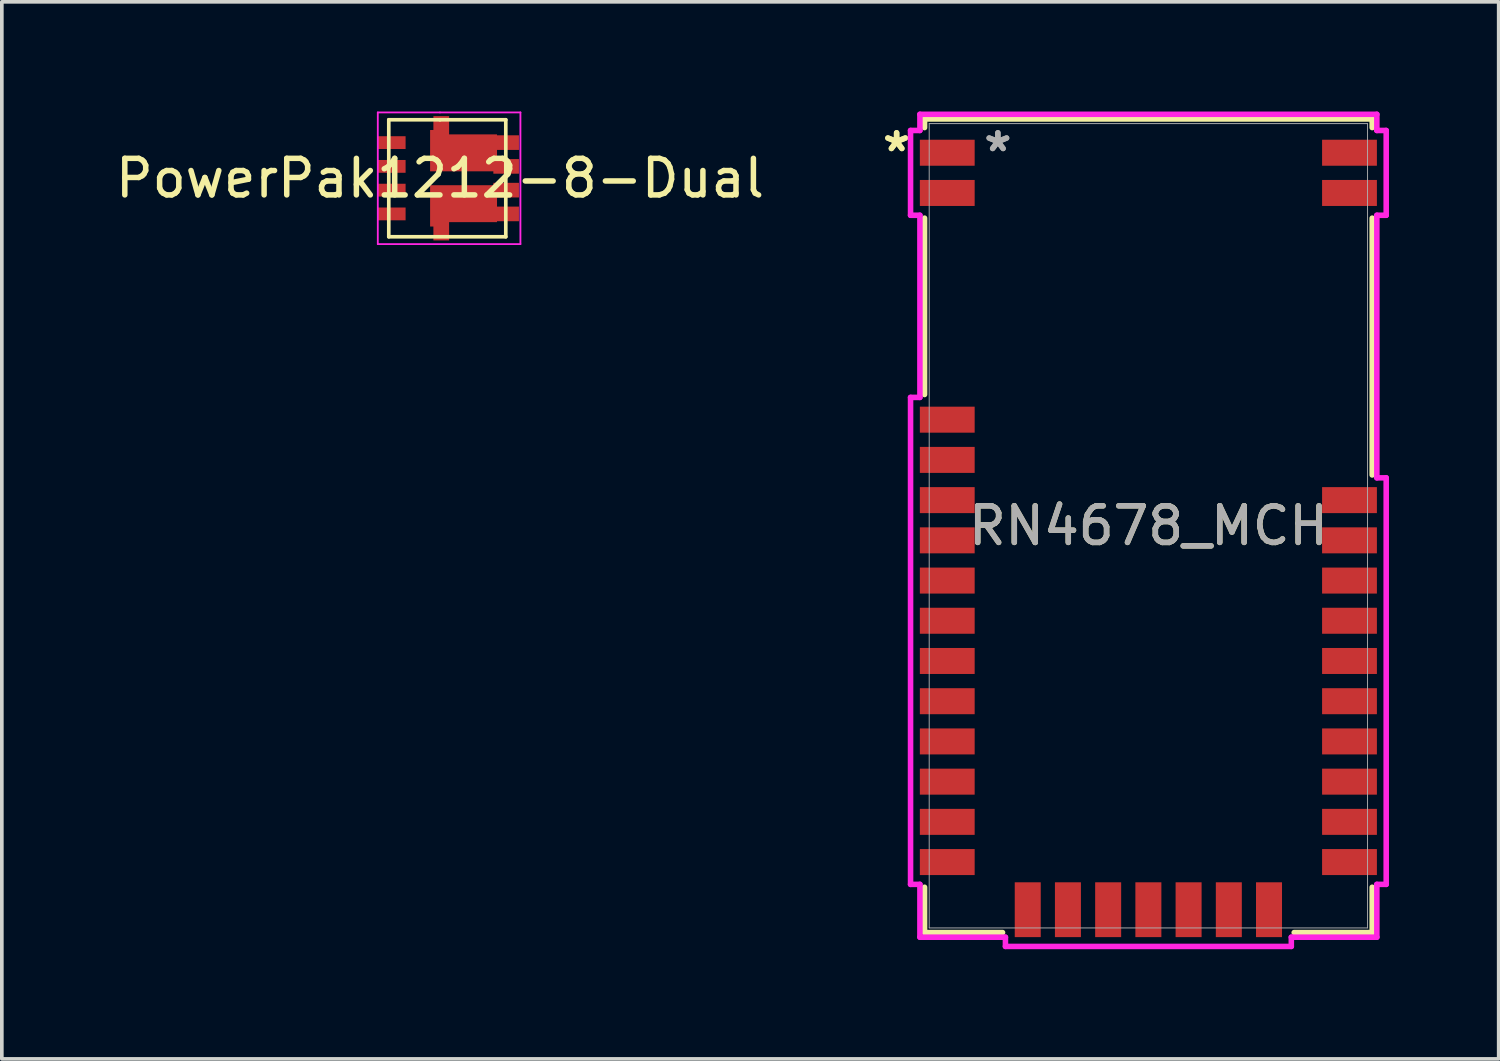
<source format=kicad_pcb>
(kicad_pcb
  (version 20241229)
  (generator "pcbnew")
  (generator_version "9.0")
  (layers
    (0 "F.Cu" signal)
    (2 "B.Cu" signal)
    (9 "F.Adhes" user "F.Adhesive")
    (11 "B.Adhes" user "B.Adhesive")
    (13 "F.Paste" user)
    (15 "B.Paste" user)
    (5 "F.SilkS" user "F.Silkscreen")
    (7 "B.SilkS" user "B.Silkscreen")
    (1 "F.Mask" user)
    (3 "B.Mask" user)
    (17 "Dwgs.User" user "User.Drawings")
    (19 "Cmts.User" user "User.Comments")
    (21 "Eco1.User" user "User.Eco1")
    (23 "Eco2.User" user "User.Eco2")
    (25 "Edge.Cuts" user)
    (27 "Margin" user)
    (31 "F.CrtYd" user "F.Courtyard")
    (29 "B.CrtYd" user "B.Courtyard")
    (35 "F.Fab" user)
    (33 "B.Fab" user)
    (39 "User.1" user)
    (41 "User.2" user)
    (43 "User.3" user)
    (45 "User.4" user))
  (footprint "RN4678_MCH"
    (layer "F.Cu")
    (at 28.355 11.328)
    (property "Reference" "RN4678_MCH" (at 0 0 0) (unlocked yes) (layer "F.SilkS") (effects (font (size 1 1) (thickness 0.15))))
    (attr smd)
    (fp_line (start -6.121 -11.125) (end 6.121 -11.125) (stroke (width 0.152) (type solid)) (layer "F.SilkS"))
    (fp_line (start -6.121 -10.889) (end -6.121 -11.125) (stroke (width 0.152) (type solid)) (layer "F.SilkS"))
    (fp_line (start -6.121 -3.589) (end -6.121 -8.412) (stroke (width 0.152) (type solid)) (layer "F.SilkS"))
    (fp_line (start -6.121 11.125) (end -6.121 9.886) (stroke (width 0.152) (type solid)) (layer "F.SilkS"))
    (fp_line (start -3.988 11.125) (end -6.121 11.125) (stroke (width 0.152) (type solid)) (layer "F.SilkS"))
    (fp_line (start 6.121 -11.125) (end 6.121 -10.889) (stroke (width 0.152) (type solid)) (layer "F.SilkS"))
    (fp_line (start 6.121 -8.412) (end 6.121 -1.389) (stroke (width 0.152) (type solid)) (layer "F.SilkS"))
    (fp_line (start 6.121 9.886) (end 6.121 11.125) (stroke (width 0.152) (type solid)) (layer "F.SilkS"))
    (fp_line (start 6.121 11.125) (end 3.988 11.125) (stroke (width 0.152) (type solid)) (layer "F.SilkS"))
    (fp_poly (pts (xy -5.994 -10.998) (xy -5.994 -10.556) (xy -4.751 -10.556) (xy -4.751 -9.845) (xy -5.994 -9.845) (xy -5.994 -9.456) (xy -4.751 -9.456) (xy -4.751 -8.745) (xy -5.994 -8.745) (xy -5.994 -7.003) (xy 3.198 -7.003) (xy 3.198 -4.996) (xy 5.204 -4.996) (xy 5.204 -7.003) (xy 5.994 -7.003) (xy 5.994 -8.745) (xy 4.751 -8.745) (xy 4.751 -9.456) (xy 5.994 -9.456) (xy 5.994 -9.845) (xy 4.751 -9.845) (xy 4.751 -10.556) (xy 5.994 -10.556) (xy 5.994 -10.998)) (stroke (width 0.1) (type solid)) (fill no) (layer "Eco2.User"))
    (fp_line (start -6.504 -10.81) (end -6.504 -8.491) (stroke (width 0.152) (type solid)) (layer "F.CrtYd"))
    (fp_line (start -6.504 -8.491) (end -6.248 -8.491) (stroke (width 0.152) (type solid)) (layer "F.CrtYd"))
    (fp_line (start -6.504 -3.51) (end -6.504 9.807) (stroke (width 0.152) (type solid)) (layer "F.CrtYd"))
    (fp_line (start -6.504 9.807) (end -6.248 9.807) (stroke (width 0.152) (type solid)) (layer "F.CrtYd"))
    (fp_line (start -6.248 -11.252) (end -6.248 -10.81) (stroke (width 0.152) (type solid)) (layer "F.CrtYd"))
    (fp_line (start -6.248 -10.81) (end -6.504 -10.81) (stroke (width 0.152) (type solid)) (layer "F.CrtYd"))
    (fp_line (start -6.248 -8.491) (end -6.248 -3.51) (stroke (width 0.152) (type solid)) (layer "F.CrtYd"))
    (fp_line (start -6.248 -3.51) (end -6.504 -3.51) (stroke (width 0.152) (type solid)) (layer "F.CrtYd"))
    (fp_line (start -6.248 9.807) (end -6.248 11.252) (stroke (width 0.152) (type solid)) (layer "F.CrtYd"))
    (fp_line (start -6.248 11.252) (end -3.909 11.252) (stroke (width 0.152) (type solid)) (layer "F.CrtYd"))
    (fp_line (start -3.909 11.252) (end -3.909 11.504) (stroke (width 0.152) (type solid)) (layer "F.CrtYd"))
    (fp_line (start -3.909 11.504) (end 3.909 11.504) (stroke (width 0.152) (type solid)) (layer "F.CrtYd"))
    (fp_line (start 3.909 11.252) (end 6.248 11.252) (stroke (width 0.152) (type solid)) (layer "F.CrtYd"))
    (fp_line (start 3.909 11.504) (end 3.909 11.252) (stroke (width 0.152) (type solid)) (layer "F.CrtYd"))
    (fp_line (start 6.248 -11.252) (end -6.248 -11.252) (stroke (width 0.152) (type solid)) (layer "F.CrtYd"))
    (fp_line (start 6.248 -10.81) (end 6.248 -11.252) (stroke (width 0.152) (type solid)) (layer "F.CrtYd"))
    (fp_line (start 6.248 -8.491) (end 6.504 -8.491) (stroke (width 0.152) (type solid)) (layer "F.CrtYd"))
    (fp_line (start 6.248 -1.311) (end 6.248 -8.491) (stroke (width 0.152) (type solid)) (layer "F.CrtYd"))
    (fp_line (start 6.248 9.807) (end 6.504 9.807) (stroke (width 0.152) (type solid)) (layer "F.CrtYd"))
    (fp_line (start 6.248 11.252) (end 6.248 9.807) (stroke (width 0.152) (type solid)) (layer "F.CrtYd"))
    (fp_line (start 6.504 -10.81) (end 6.248 -10.81) (stroke (width 0.152) (type solid)) (layer "F.CrtYd"))
    (fp_line (start 6.504 -8.491) (end 6.504 -10.81) (stroke (width 0.152) (type solid)) (layer "F.CrtYd"))
    (fp_line (start 6.504 -1.311) (end 6.248 -1.311) (stroke (width 0.152) (type solid)) (layer "F.CrtYd"))
    (fp_line (start 6.504 9.807) (end 6.504 -1.311) (stroke (width 0.152) (type solid)) (layer "F.CrtYd"))
    (fp_line (start -5.994 -10.998) (end -5.994 10.998) (stroke (width 0.025) (type solid)) (layer "F.Fab"))
    (fp_line (start -5.994 10.998) (end 5.994 10.998) (stroke (width 0.025) (type solid)) (layer "F.Fab"))
    (fp_line (start 5.994 -10.998) (end -5.994 -10.998) (stroke (width 0.025) (type solid)) (layer "F.Fab"))
    (fp_line (start 5.994 10.998) (end 5.994 -10.998) (stroke (width 0.025) (type solid)) (layer "F.Fab"))
    (fp_text user "*" (at -6.885 -10.201 0) (unlocked yes) (layer "F.SilkS") (effects (font (size 1 1) (thickness 0.15))))
    (fp_text user "*" (at -6.885 -10.201 0) (layer "F.SilkS") (effects (font (size 1 1) (thickness 0.15))))
    (fp_text user "*" (at -4.116 -10.201 0) (layer "F.Fab") (effects (font (size 1 1) (thickness 0.15))))
    (fp_text user "${REFERENCE}" (at 0 0 0) (unlocked yes) (layer "F.Fab") (effects (font (size 1 1) (thickness 0.15))))
    (fp_text user "*" (at -4.116 -10.201 0) (unlocked yes) (layer "F.Fab") (effects (font (size 1 1) (thickness 0.15))))
    (pad "1" smd rect (at -5.5 -10.201) (size 1.499 0.711) (layers "F.Cu" "F.Mask" "F.Paste"))
    (pad "2" smd rect (at -5.5 -9.101) (size 1.499 0.711) (layers "F.Cu" "F.Mask" "F.Paste"))
    (pad "3" smd rect (at -5.5 -2.901) (size 1.499 0.711) (layers "F.Cu" "F.Mask" "F.Paste"))
    (pad "4" smd rect (at -5.5 -1.801) (size 1.499 0.711) (layers "F.Cu" "F.Mask" "F.Paste"))
    (pad "5" smd rect (at -5.5 -0.701) (size 1.499 0.711) (layers "F.Cu" "F.Mask" "F.Paste"))
    (pad "6" smd rect (at -5.5 0.399) (size 1.499 0.711) (layers "F.Cu" "F.Mask" "F.Paste"))
    (pad "7" smd rect (at -5.5 1.499) (size 1.499 0.711) (layers "F.Cu" "F.Mask" "F.Paste"))
    (pad "8" smd rect (at -5.5 2.598) (size 1.499 0.711) (layers "F.Cu" "F.Mask" "F.Paste"))
    (pad "9" smd rect (at -5.5 3.698) (size 1.499 0.711) (layers "F.Cu" "F.Mask" "F.Paste"))
    (pad "10" smd rect (at -5.5 4.798) (size 1.499 0.711) (layers "F.Cu" "F.Mask" "F.Paste"))
    (pad "11" smd rect (at -5.5 5.898) (size 1.499 0.711) (layers "F.Cu" "F.Mask" "F.Paste"))
    (pad "12" smd rect (at -5.5 6.998) (size 1.499 0.711) (layers "F.Cu" "F.Mask" "F.Paste"))
    (pad "13" smd rect (at -5.5 8.098) (size 1.499 0.711) (layers "F.Cu" "F.Mask" "F.Paste"))
    (pad "14" smd rect (at -5.5 9.197) (size 1.499 0.711) (layers "F.Cu" "F.Mask" "F.Paste"))
    (pad "15" smd rect (at -3.299 10.5 90) (size 1.499 0.711) (layers "F.Cu" "F.Mask" "F.Paste"))
    (pad "16" smd rect (at -2.2 10.5 90) (size 1.499 0.711) (layers "F.Cu" "F.Mask" "F.Paste"))
    (pad "17" smd rect (at -1.1 10.5 90) (size 1.499 0.711) (layers "F.Cu" "F.Mask" "F.Paste"))
    (pad "18" smd rect (at 0 10.5 90) (size 1.499 0.711) (layers "F.Cu" "F.Mask" "F.Paste"))
    (pad "19" smd rect (at 1.1 10.5 90) (size 1.499 0.711) (layers "F.Cu" "F.Mask" "F.Paste"))
    (pad "20" smd rect (at 2.2 10.5 90) (size 1.499 0.711) (layers "F.Cu" "F.Mask" "F.Paste"))
    (pad "21" smd rect (at 3.299 10.5 90) (size 1.499 0.711) (layers "F.Cu" "F.Mask" "F.Paste"))
    (pad "22" smd rect (at 5.5 9.197) (size 1.499 0.711) (layers "F.Cu" "F.Mask" "F.Paste"))
    (pad "23" smd rect (at 5.5 8.098) (size 1.499 0.711) (layers "F.Cu" "F.Mask" "F.Paste"))
    (pad "24" smd rect (at 5.5 6.998) (size 1.499 0.711) (layers "F.Cu" "F.Mask" "F.Paste"))
    (pad "25" smd rect (at 5.5 5.898) (size 1.499 0.711) (layers "F.Cu" "F.Mask" "F.Paste"))
    (pad "26" smd rect (at 5.5 4.798) (size 1.499 0.711) (layers "F.Cu" "F.Mask" "F.Paste"))
    (pad "27" smd rect (at 5.5 3.698) (size 1.499 0.711) (layers "F.Cu" "F.Mask" "F.Paste"))
    (pad "28" smd rect (at 5.5 2.598) (size 1.499 0.711) (layers "F.Cu" "F.Mask" "F.Paste"))
    (pad "29" smd rect (at 5.5 1.499) (size 1.499 0.711) (layers "F.Cu" "F.Mask" "F.Paste"))
    (pad "30" smd rect (at 5.5 0.399) (size 1.499 0.711) (layers "F.Cu" "F.Mask" "F.Paste"))
    (pad "31" smd rect (at 5.5 -0.701) (size 1.499 0.711) (layers "F.Cu" "F.Mask" "F.Paste"))
    (pad "32" smd rect (at 5.5 -9.101) (size 1.499 0.711) (layers "F.Cu" "F.Mask" "F.Paste"))
    (pad "33" smd rect (at 5.5 -10.201) (size 1.499 0.711) (layers "F.Cu" "F.Mask" "F.Paste")))
  (footprint "PowerPak1212-8-Dual"
    (layer "F.Cu")
    (at 8.982 1.825)
    (property "Reference" "PowerPak1212-8-Dual" (at 0 0 0) (unlocked yes) (layer "F.SilkS") (effects (font (size 1 1) (thickness 0.15))))
    (attr smd)
    (fp_line (start -1.4 -1.6) (end 0 -1.6) (stroke (width 0.1) (type default)) (layer "F.SilkS"))
    (fp_line (start -1.4 1.6) (end -1.4 -1.6) (stroke (width 0.1) (type default)) (layer "F.SilkS"))
    (fp_line (start 0 -1.6) (end 1.8 -1.6) (stroke (width 0.1) (type default)) (layer "F.SilkS"))
    (fp_line (start 1.8 -1.6) (end 1.8 1.6) (stroke (width 0.1) (type default)) (layer "F.SilkS"))
    (fp_line (start 1.8 1.6) (end -1.4 1.6) (stroke (width 0.1) (type default)) (layer "F.SilkS"))
    (fp_line (start -1.7 -1.8) (end 0 -1.8) (stroke (width 0.05) (type default)) (layer "F.CrtYd"))
    (fp_line (start -1.7 1.8) (end -1.7 -1.8) (stroke (width 0.05) (type default)) (layer "F.CrtYd"))
    (fp_line (start 0 -1.8) (end 2.2 -1.8) (stroke (width 0.05) (type default)) (layer "F.CrtYd"))
    (fp_line (start 2.2 -1.8) (end 2.2 1.8) (stroke (width 0.05) (type default)) (layer "F.CrtYd"))
    (fp_line (start 2.2 1.8) (end -1.7 1.8) (stroke (width 0.05) (type default)) (layer "F.CrtYd"))
    (pad "1" smd rect (at -1.32 -0.975) (size 0.76 0.35) (layers "F.Cu" "F.Mask" "F.Paste"))
    (pad "2" smd rect (at -1.32 -0.325) (size 0.76 0.35) (layers "F.Cu" "F.Mask" "F.Paste"))
    (pad "3" smd rect (at -1.32 0.325) (size 0.76 0.35) (layers "F.Cu" "F.Mask" "F.Paste"))
    (pad "4" smd rect (at -1.32 0.975) (size 0.76 0.35) (layers "F.Cu" "F.Mask" "F.Paste"))
    (pad "5" smd custom (at 0.645 -0.695) (size 1.83 1.01) (layers "F.Cu" "F.Mask" "F.Paste") (options (anchor rect)) (primitives (gr_poly (pts (xy 0.815 0.57) (xy 0.815 0.17) (xy 1.515 0.17) (xy 1.515 0.57)) (width 0) (fill yes)) (gr_poly (pts (xy 0.815 -0.08) (xy 0.815 -0.48) (xy 1.515 -0.48) (xy 1.515 -0.08)) (width 0) (fill yes)) (gr_poly (pts (xy -0.915 -0.405) (xy -0.915 -0.625) (xy -0.825 -0.625) (xy -0.825 -1.005) (xy -0.395 -1.005) (xy -0.395 -0.405)) (width 0) (fill yes))))
    (pad "6" smd custom (at 0.645 0.695) (size 1.83 1.01) (layers "F.Cu" "F.Mask" "F.Paste") (options (anchor rect)) (primitives (gr_poly (pts (xy -0.915 0.625) (xy -0.825 0.625) (xy -0.825 1.005) (xy -0.395 1.005) (xy -0.395 0.485) (xy -0.915 0.485)) (width 0) (fill yes)) (gr_poly (pts (xy 0.815 -0.57) (xy 0.815 -0.17) (xy 1.515 -0.17) (xy 1.515 -0.57)) (width 0) (fill yes)) (gr_poly (pts (xy 0.815 0.08) (xy 0.815 0.48) (xy 1.515 0.48) (xy 1.515 0.08)) (width 0) (fill yes)))))
  (gr_rect
    (start -3 -3)
    (end 37.935 25.908)
    (stroke (width 0.1) (type default))
    (fill no)
    (layer "Edge.Cuts")))
</source>
